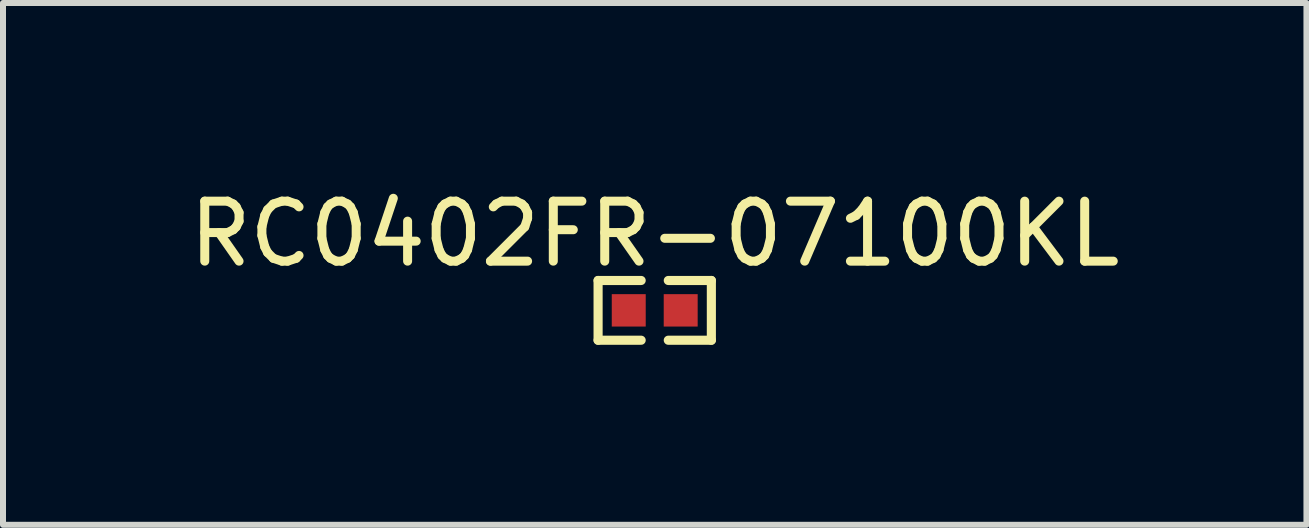
<source format=kicad_pcb>
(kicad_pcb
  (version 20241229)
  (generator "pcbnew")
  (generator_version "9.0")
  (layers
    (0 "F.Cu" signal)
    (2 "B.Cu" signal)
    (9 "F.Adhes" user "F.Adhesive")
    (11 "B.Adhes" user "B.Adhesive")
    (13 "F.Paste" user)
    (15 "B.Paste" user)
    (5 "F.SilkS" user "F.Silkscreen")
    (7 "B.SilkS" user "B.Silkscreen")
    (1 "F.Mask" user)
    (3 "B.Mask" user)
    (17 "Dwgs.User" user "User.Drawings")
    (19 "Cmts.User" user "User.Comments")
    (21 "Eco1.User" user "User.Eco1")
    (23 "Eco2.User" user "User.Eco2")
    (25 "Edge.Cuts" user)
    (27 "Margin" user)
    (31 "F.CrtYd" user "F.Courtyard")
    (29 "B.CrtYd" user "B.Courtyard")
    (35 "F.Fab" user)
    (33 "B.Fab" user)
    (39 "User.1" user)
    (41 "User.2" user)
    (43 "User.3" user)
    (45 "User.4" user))
  (footprint "RC0402FR-07100KL"
    (layer "F.Cu")
    (at 7.863 2.123)
    (property "Reference" "RC0402FR-07100KL" (at 0 -1.275 0) (layer "F.SilkS") (effects (font (size 1 1) (thickness 0.15))))
    (fp_line (start -0.944 -0.498) (end -0.226 -0.498) (stroke (width 0.152) (type default)) (layer "F.SilkS"))
    (fp_line (start -0.944 0.498) (end -0.944 -0.498) (stroke (width 0.152) (type default)) (layer "F.SilkS"))
    (fp_line (start -0.226 0.498) (end -0.944 0.498) (stroke (width 0.152) (type default)) (layer "F.SilkS"))
    (fp_line (start 0.226 0.498) (end 0.944 0.498) (stroke (width 0.152) (type default)) (layer "F.SilkS"))
    (fp_line (start 0.944 -0.498) (end 0.226 -0.498) (stroke (width 0.152) (type default)) (layer "F.SilkS"))
    (fp_line (start 0.944 0.498) (end 0.944 -0.498) (stroke (width 0.152) (type default)) (layer "F.SilkS"))
    (fp_poly (pts (xy -0.135 0.23) (xy -0.135 -0.23) (xy -0.175 -0.27) (xy -0.675 -0.27) (xy -0.716 -0.23) (xy -0.716 0.23) (xy -0.675 0.27) (xy -0.175 0.27)) (stroke (width 0) (type default)) (fill yes) (layer "F.Paste"))
    (fp_poly (pts (xy 0.135 0.23) (xy 0.135 -0.23) (xy 0.175 -0.27) (xy 0.675 -0.27) (xy 0.716 -0.23) (xy 0.716 0.23) (xy 0.675 0.27) (xy 0.175 0.27)) (stroke (width 0) (type default)) (fill yes) (layer "F.Paste"))
    (fp_poly (pts (xy -0.249 -0.25) (xy -0.249 0.25) (xy -0.499 0.25) (xy -0.499 -0.25)) (stroke (width 0.1) (type default)) (fill no) (layer "User.1"))
    (fp_poly (pts (xy 0.252 0.25) (xy 0.252 -0.25) (xy 0.501 -0.25) (xy 0.501 0.25)) (stroke (width 0.1) (type default)) (fill no) (layer "User.1"))
    (fp_line (start -0.5 -0.25) (end 0.5 -0.25) (stroke (width 0.051) (type default)) (layer "User.2"))
    (fp_line (start -0.5 0.25) (end -0.5 -0.25) (stroke (width 0.051) (type default)) (layer "User.2"))
    (fp_line (start 0.5 -0.25) (end 0.5 0.25) (stroke (width 0.051) (type default)) (layer "User.2"))
    (fp_line (start 0.5 0.25) (end -0.5 0.25) (stroke (width 0.051) (type default)) (layer "User.2"))
    (fp_poly (pts (xy -0.445 0.227) (xy -0.477 0.195) (xy -0.523 0.195) (xy -0.555 0.227) (xy -0.555 0.273) (xy -0.523 0.305) (xy -0.477 0.305) (xy -0.445 0.273)) (stroke (width 0.1) (type default)) (fill no) (layer "User.3"))
    (pad "1" smd rect (at -0.433 0) (size 0.566 0.54) (layers "F.Cu" "F.Mask" "F.Paste"))
    (pad "2" smd rect (at 0.433 0) (size 0.566 0.54) (layers "F.Cu" "F.Mask" "F.Paste")))
  (gr_rect
    (start -3 -3)
    (end 18.726 5.698)
    (stroke (width 0.1) (type default))
    (fill no)
    (layer "Edge.Cuts")))
</source>
